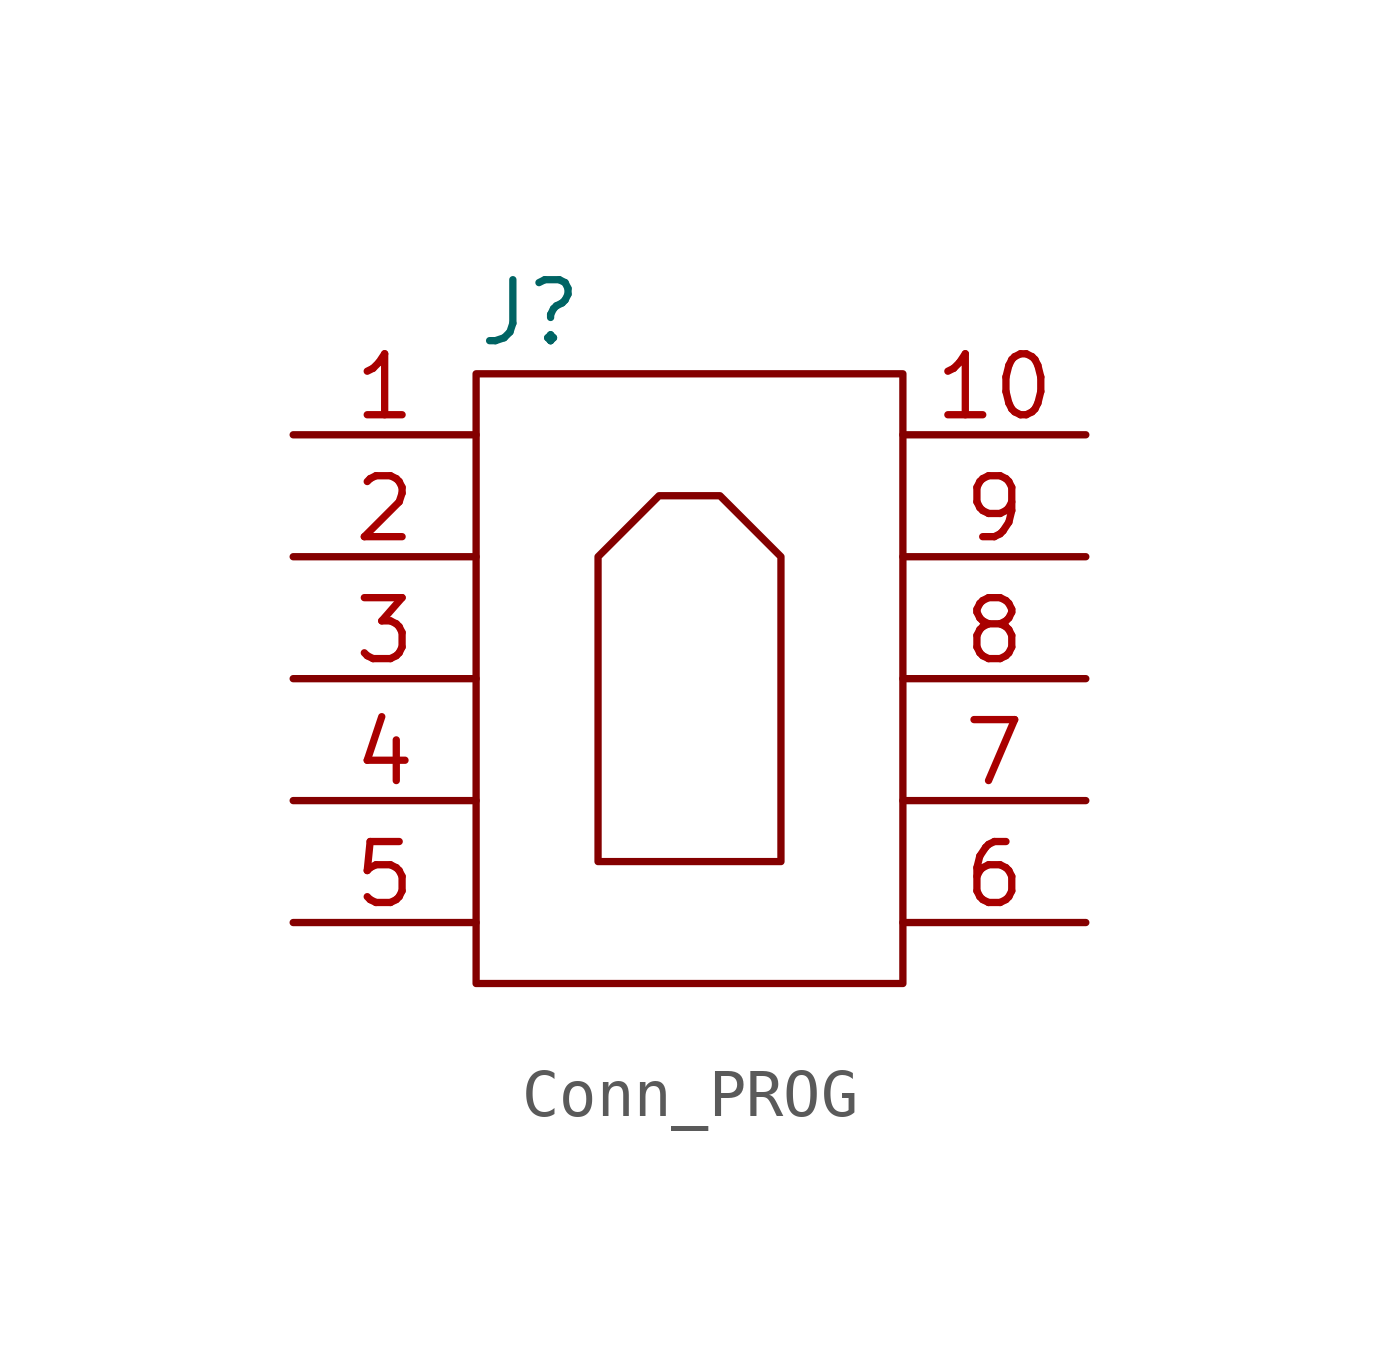
<source format=kicad_sym>
(kicad_symbol_lib
  (version 20220914)
  (generator kicad_symbol_editor)
  (symbol "Conn_PROG"
    (pin_names
      (offset 1.016) hide)
    (property "Reference" "J"
      (at -8.89 7.62 0)
      (effects (font (size 1.27 1.27)) (justify left)))
    (property "Manufacturer" ""
      (at -8.89 0 0)
      (effects (font (size 1.27 1.27)) (justify left)))
    (property "Manufacturer Part Number" ""
      (at -8.89 0 0)
      (effects (font (size 1.27 1.27)) (justify left)))
    (symbol "Conn_PROG_0_1"
      (rectangle (start -8.89 6.35) (end 0 -6.35) (stroke (width 0) (type default)) (fill (type none)))
      (polyline (pts (xy -2.54 -3.81) (xy -6.35 -3.81) (xy -6.35 2.54) (xy -5.08 3.81) (xy -3.81 3.81) (xy -2.54 2.54) (xy -2.54 -3.81)) (stroke (width 0) (type default)) (fill (type none))))
    (symbol "Conn_PROG_1_1"
      (pin passive line (at -12.7 5.08 0) (length 3.81) (name "Pin_1" (effects (font (size 1.27 1.27)))) (number "1" (effects (font (size 1.27 1.27)))))
      (pin passive line (at 3.81 5.08 180) (length 3.81) (name "Pin_10" (effects (font (size 1.27 1.27)))) (number "10" (effects (font (size 1.27 1.27)))))
      (pin passive line (at -12.7 2.54 0) (length 3.81) (name "Pin_2" (effects (font (size 1.27 1.27)))) (number "2" (effects (font (size 1.27 1.27)))))
      (pin passive line (at -12.7 0 0) (length 3.81) (name "Pin_3" (effects (font (size 1.27 1.27)))) (number "3" (effects (font (size 1.27 1.27)))))
      (pin passive line (at -12.7 -2.54 0) (length 3.81) (name "Pin_4" (effects (font (size 1.27 1.27)))) (number "4" (effects (font (size 1.27 1.27)))))
      (pin passive line (at -12.7 -5.08 0) (length 3.81) (name "Pin_5" (effects (font (size 1.27 1.27)))) (number "5" (effects (font (size 1.27 1.27)))))
      (pin passive line (at 3.81 -5.08 180) (length 3.81) (name "Pin_6" (effects (font (size 1.27 1.27)))) (number "6" (effects (font (size 1.27 1.27)))))
      (pin passive line (at 3.81 -2.54 180) (length 3.81) (name "Pin_7" (effects (font (size 1.27 1.27)))) (number "7" (effects (font (size 1.27 1.27)))))
      (pin passive line (at 3.81 0 180) (length 3.81) (name "Pin_8" (effects (font (size 1.27 1.27)))) (number "8" (effects (font (size 1.27 1.27)))))
      (pin passive line (at 3.81 2.54 180) (length 3.81) (name "Pin_9" (effects (font (size 1.27 1.27)))) (number "9" (effects (font (size 1.27 1.27))))))))
</source>
